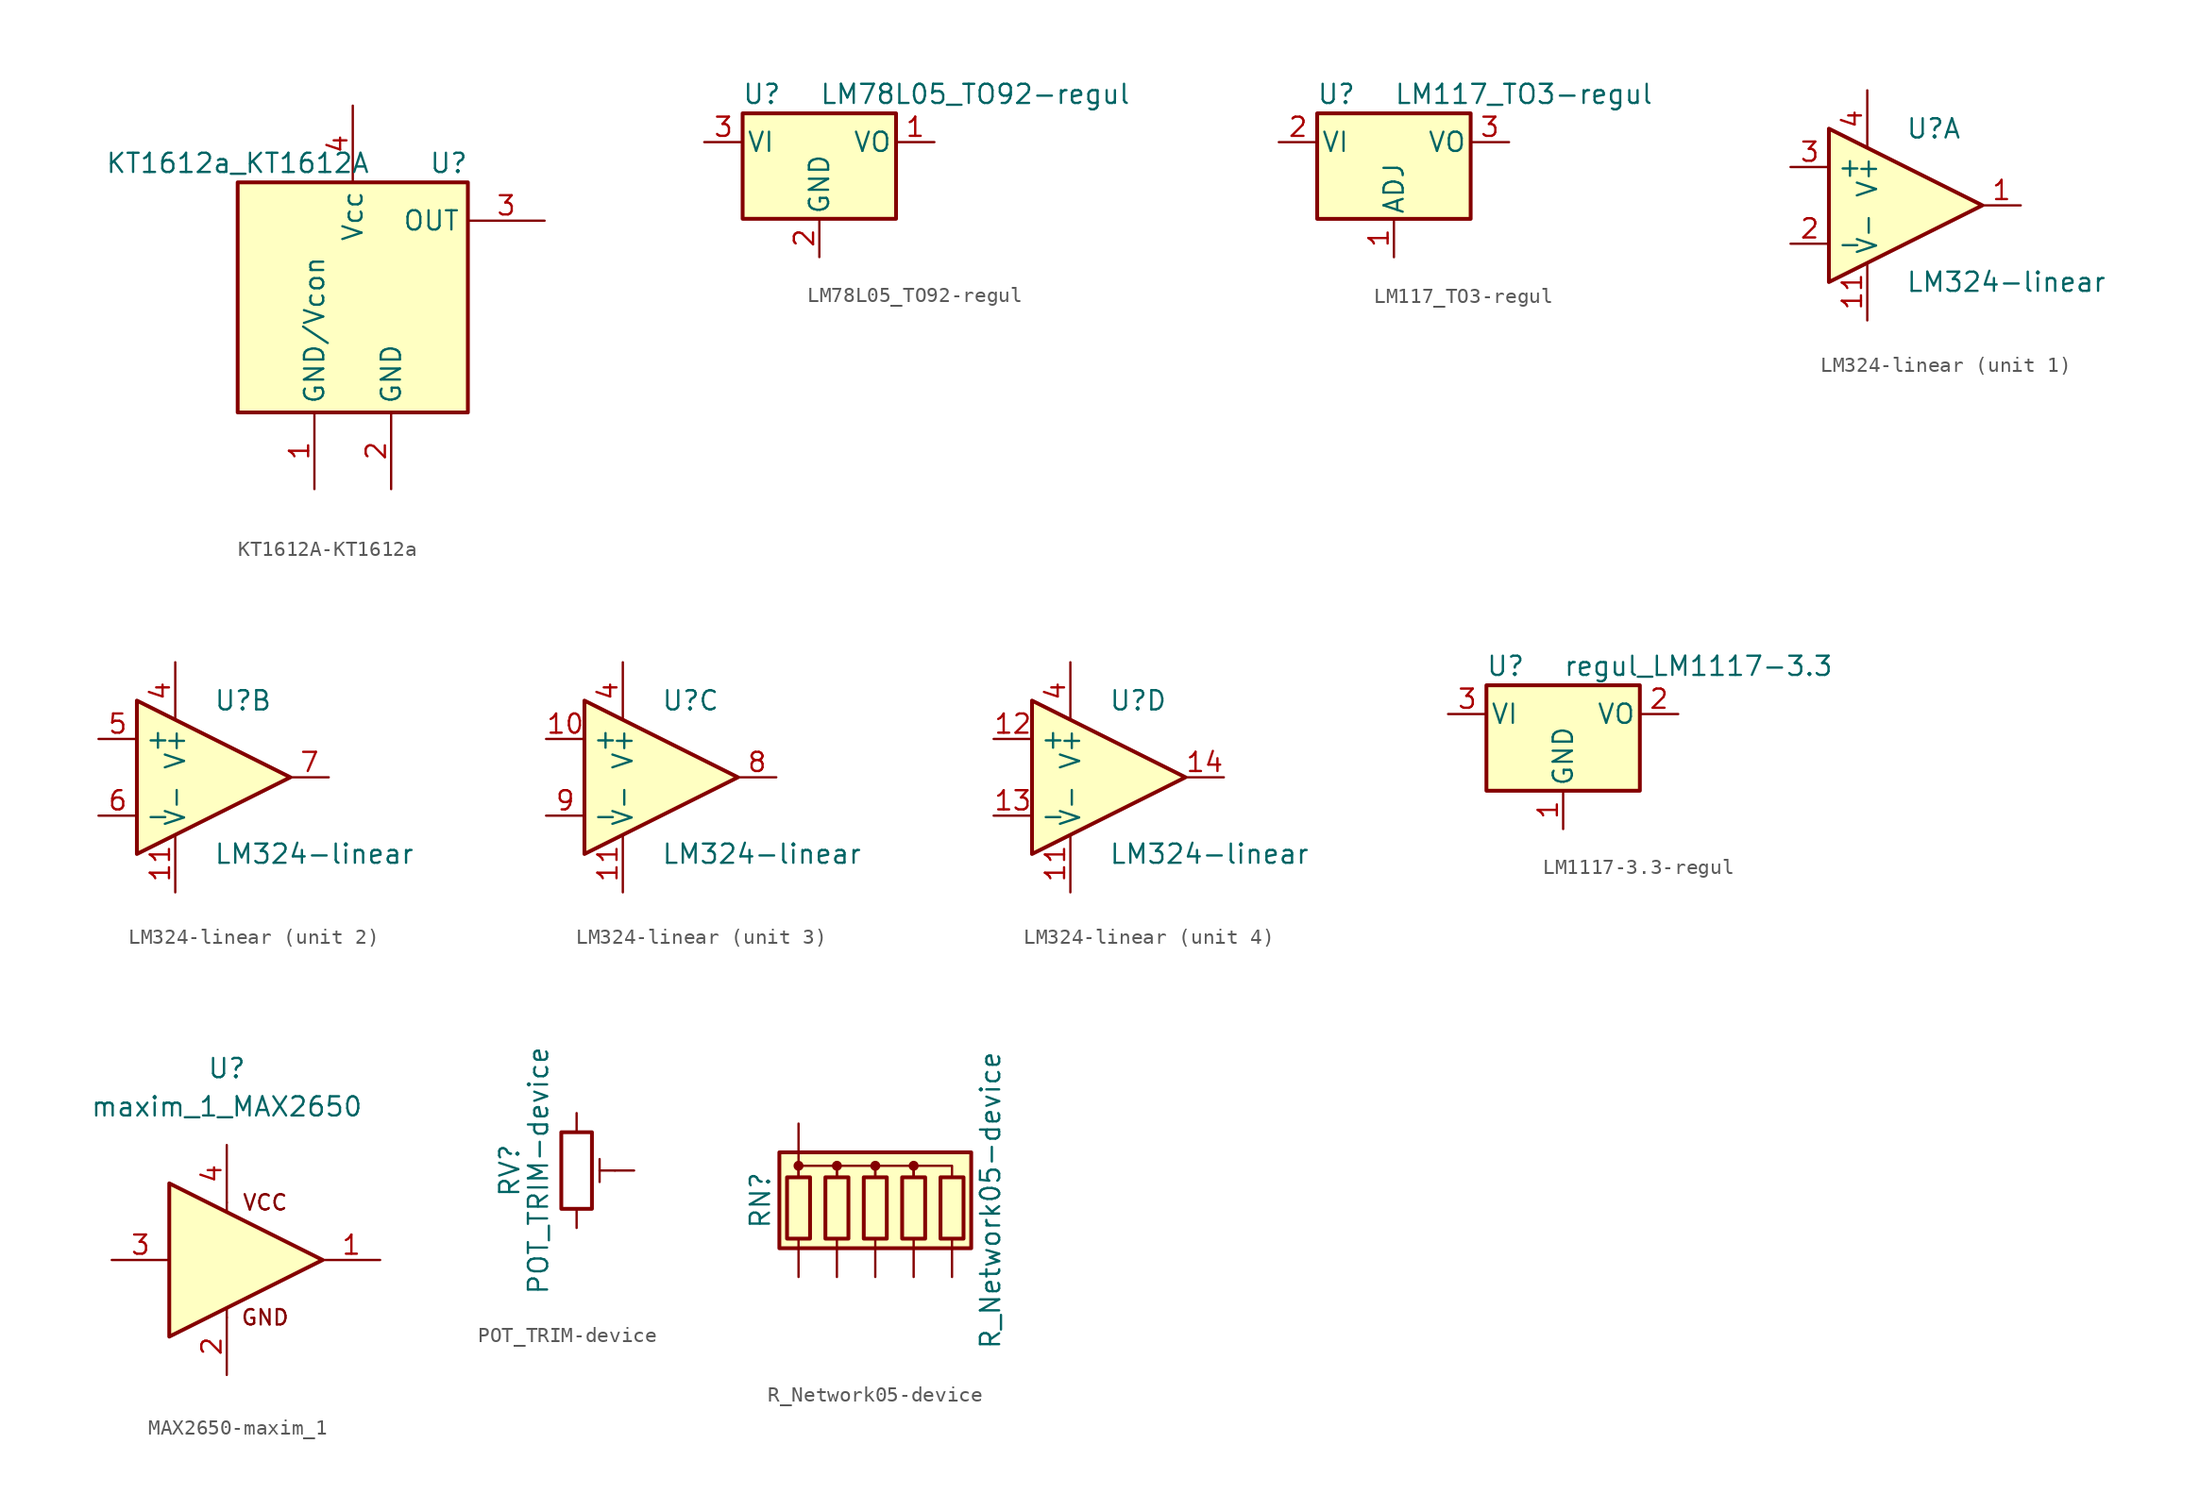
<source format=kicad_sym>
(kicad_symbol_lib
  (version 20220914)
  (generator kicad_symbol_editor)
  (symbol "KT1612A-KT1612a"
    (property "Reference" "U"
      (at 6.35 8.89 0)
      (effects (font (size 1.27 1.27))))
    (property "Value" "KT1612a_KT1612A"
      (at -7.62 8.89 0)
      (effects (font (size 1.27 1.27))))
    (symbol "KT1612A-KT1612a_0_1"
      (rectangle (start -7.62 7.62) (end 7.62 -7.62) (stroke (width 0.254) (type solid)) (fill (type background))))
    (symbol "KT1612A-KT1612a_1_1"
      (pin power_in line (at -2.54 -12.7 90) (length 5.08) (name "GND/Vcon" (effects (font (size 1.27 1.27)))) (number "1" (effects (font (size 1.27 1.27)))))
      (pin power_in line (at 2.54 -12.7 90) (length 5.08) (name "GND" (effects (font (size 1.27 1.27)))) (number "2" (effects (font (size 1.27 1.27)))))
      (pin output line (at 12.7 5.08 180) (length 5.08) (name "OUT" (effects (font (size 1.27 1.27)))) (number "3" (effects (font (size 1.27 1.27)))))
      (pin power_in line (at 0 12.7 270) (length 5.08) (name "Vcc" (effects (font (size 1.27 1.27)))) (number "4" (effects (font (size 1.27 1.27)))))))
  (symbol "LM78L05_TO92-regul"
    (pin_names
      (offset 0.254))
    (property "Reference" "U"
      (at -3.81 3.175 0)
      (effects (font (size 1.27 1.27))))
    (property "Value" "LM78L05_TO92-regul"
      (at 0 3.175 0)
      (effects (font (size 1.27 1.27)) (justify left)))
    (symbol "LM78L05_TO92-regul_0_1"
      (rectangle (start -5.08 -5.08) (end 5.08 1.905) (stroke (width 0.254) (type solid)) (fill (type background))))
    (symbol "LM78L05_TO92-regul_1_1"
      (pin power_out line (at 7.62 0 180) (length 2.54) (name "VO" (effects (font (size 1.27 1.27)))) (number "1" (effects (font (size 1.27 1.27)))))
      (pin power_in line (at 0 -7.62 90) (length 2.54) (name "GND" (effects (font (size 1.27 1.27)))) (number "2" (effects (font (size 1.27 1.27)))))
      (pin power_in line (at -7.62 0 0) (length 2.54) (name "VI" (effects (font (size 1.27 1.27)))) (number "3" (effects (font (size 1.27 1.27)))))))
  (symbol "LM117_TO3-regul"
    (pin_names
      (offset 0.254))
    (property "Reference" "U"
      (at -3.81 3.175 0)
      (effects (font (size 1.27 1.27))))
    (property "Value" "LM117_TO3-regul"
      (at 0 3.175 0)
      (effects (font (size 1.27 1.27)) (justify left)))
    (symbol "LM117_TO3-regul_0_1"
      (rectangle (start -5.08 1.905) (end 5.08 -5.08) (stroke (width 0.254) (type solid)) (fill (type background))))
    (symbol "LM117_TO3-regul_1_1"
      (pin input line (at 0 -7.62 90) (length 2.54) (name "ADJ" (effects (font (size 1.27 1.27)))) (number "1" (effects (font (size 1.27 1.27)))))
      (pin power_in line (at -7.62 0 0) (length 2.54) (name "VI" (effects (font (size 1.27 1.27)))) (number "2" (effects (font (size 1.27 1.27)))))
      (pin power_out line (at 7.62 0 180) (length 2.54) (name "VO" (effects (font (size 1.27 1.27)))) (number "3" (effects (font (size 1.27 1.27)))))))
  (symbol "LM324-linear"
    (property "Reference" "U"
      (at 0 5.08 0)
      (effects (font (size 1.27 1.27)) (justify left)))
    (property "Value" "LM324-linear"
      (at 0 -5.08 0)
      (effects (font (size 1.27 1.27)) (justify left)))
    (symbol "LM324-linear_0_1"
      (polyline (pts (xy -5.08 5.08) (xy 5.08 0) (xy -5.08 -5.08) (xy -5.08 5.08)) (stroke (width 0.254) (type solid)) (fill (type background)))
      (pin power_in line (at -2.54 -7.62 90) (length 3.81) (name "V-" (effects (font (size 1.27 1.27)))) (number "11" (effects (font (size 1.27 1.27)))))
      (pin power_in line (at -2.54 7.62 270) (length 3.81) (name "V+" (effects (font (size 1.27 1.27)))) (number "4" (effects (font (size 1.27 1.27))))))
    (symbol "LM324-linear_1_1"
      (pin output line (at 7.62 0 180) (length 2.54) (name "~" (effects (font (size 1.27 1.27)))) (number "1" (effects (font (size 1.27 1.27)))))
      (pin input line (at -7.62 -2.54 0) (length 2.54) (name "-" (effects (font (size 1.27 1.27)))) (number "2" (effects (font (size 1.27 1.27)))))
      (pin input line (at -7.62 2.54 0) (length 2.54) (name "+" (effects (font (size 1.27 1.27)))) (number "3" (effects (font (size 1.27 1.27))))))
    (symbol "LM324-linear_2_1"
      (pin input line (at -7.62 2.54 0) (length 2.54) (name "+" (effects (font (size 1.27 1.27)))) (number "5" (effects (font (size 1.27 1.27)))))
      (pin input line (at -7.62 -2.54 0) (length 2.54) (name "-" (effects (font (size 1.27 1.27)))) (number "6" (effects (font (size 1.27 1.27)))))
      (pin output line (at 7.62 0 180) (length 2.54) (name "~" (effects (font (size 1.27 1.27)))) (number "7" (effects (font (size 1.27 1.27))))))
    (symbol "LM324-linear_3_1"
      (pin input line (at -7.62 2.54 0) (length 2.54) (name "+" (effects (font (size 1.27 1.27)))) (number "10" (effects (font (size 1.27 1.27)))))
      (pin output line (at 7.62 0 180) (length 2.54) (name "~" (effects (font (size 1.27 1.27)))) (number "8" (effects (font (size 1.27 1.27)))))
      (pin input line (at -7.62 -2.54 0) (length 2.54) (name "-" (effects (font (size 1.27 1.27)))) (number "9" (effects (font (size 1.27 1.27))))))
    (symbol "LM324-linear_4_1"
      (pin input line (at -7.62 2.54 0) (length 2.54) (name "+" (effects (font (size 1.27 1.27)))) (number "12" (effects (font (size 1.27 1.27)))))
      (pin input line (at -7.62 -2.54 0) (length 2.54) (name "-" (effects (font (size 1.27 1.27)))) (number "13" (effects (font (size 1.27 1.27)))))
      (pin output line (at 7.62 0 180) (length 2.54) (name "~" (effects (font (size 1.27 1.27)))) (number "14" (effects (font (size 1.27 1.27)))))))
  (symbol "LM1117-3.3-regul"
    (pin_names
      (offset 0.254))
    (property "Reference" "U"
      (at -3.81 3.175 0)
      (effects (font (size 1.27 1.27))))
    (property "Value" "regul_LM1117-3.3"
      (at 0 3.175 0)
      (effects (font (size 1.27 1.27)) (justify left)))
    (symbol "LM1117-3.3-regul_0_1"
      (rectangle (start -5.08 -5.08) (end 5.08 1.905) (stroke (width 0.254) (type solid)) (fill (type background))))
    (symbol "LM1117-3.3-regul_1_1"
      (pin power_in line (at 0 -7.62 90) (length 2.54) (name "GND" (effects (font (size 1.27 1.27)))) (number "1" (effects (font (size 1.27 1.27)))))
      (pin power_out line (at 7.62 0 180) (length 2.54) (name "VO" (effects (font (size 1.27 1.27)))) (number "2" (effects (font (size 1.27 1.27)))))
      (pin power_in line (at -7.62 0 0) (length 2.54) (name "VI" (effects (font (size 1.27 1.27)))) (number "3" (effects (font (size 1.27 1.27)))))))
  (symbol "MAX2650-maxim_1"
    (pin_names
      (offset 1.016))
    (property "Reference" "U"
      (at 0 12.7 0)
      (effects (font (size 1.27 1.27))))
    (property "Value" "maxim_1_MAX2650"
      (at 0 10.16 0)
      (effects (font (size 1.27 1.27))))
    (symbol "MAX2650-maxim_1_0_0"
      (text "GND" (at 2.54 -3.81 0) (effects (font (size 1.016 1.016))))
      (text "VCC" (at 2.54 3.81 0) (effects (font (size 1.016 1.016)))))
    (symbol "MAX2650-maxim_1_0_1"
      (polyline (pts (xy 0 -3.81) (xy 0 -3.175)) (stroke (width 0) (type solid)) (fill (type none)))
      (polyline (pts (xy 0 3.81) (xy 0 3.175)) (stroke (width 0) (type solid)) (fill (type none))))
    (symbol "MAX2650-maxim_1_1_1"
      (polyline (pts (xy -3.81 5.08) (xy -3.81 -5.08) (xy 6.35 0) (xy -3.81 5.08)) (stroke (width 0.254) (type solid)) (fill (type background)))
      (pin input line (at 10.16 0 180) (length 3.81) (name "OUT" (effects (font (size 0 0)))) (number "1" (effects (font (size 1.27 1.27)))))
      (pin power_in line (at 0 -7.62 90) (length 3.81) (name "GND" (effects (font (size 0 0)))) (number "2" (effects (font (size 1.27 1.27)))))
      (pin input line (at -7.62 0 0) (length 3.81) (name "IN" (effects (font (size 0 0)))) (number "3" (effects (font (size 1.27 1.27)))))
      (pin power_in line (at 0 7.62 270) (length 3.81) (name "VCC" (effects (font (size 0 0)))) (number "4" (effects (font (size 1.27 1.27)))))))
  (symbol "POT_TRIM-device"
    (pin_numbers hide)
    (pin_names
      (offset 1.016) hide)
    (property "Reference" "RV"
      (at -4.445 0 90)
      (effects (font (size 1.27 1.27))))
    (property "Value" "POT_TRIM-device"
      (at -2.54 0 90)
      (effects (font (size 1.27 1.27))))
    (symbol "POT_TRIM-device_0_1"
      (polyline (pts (xy 1.524 0.762) (xy 1.524 -0.762)) (stroke (width 0) (type solid)) (fill (type none)))
      (polyline (pts (xy 2.54 0) (xy 1.524 0)) (stroke (width 0) (type solid)) (fill (type none)))
      (rectangle (start 1.016 2.54) (end -1.016 -2.54) (stroke (width 0.254) (type solid)) (fill (type none))))
    (symbol "POT_TRIM-device_1_1"
      (pin passive line (at 0 3.81 270) (length 1.27) (name "1" (effects (font (size 1.27 1.27)))) (number "1" (effects (font (size 1.27 1.27)))))
      (pin passive line (at 3.81 0 180) (length 1.27) (name "2" (effects (font (size 1.27 1.27)))) (number "2" (effects (font (size 1.27 1.27)))))
      (pin passive line (at 0 -3.81 90) (length 1.27) (name "3" (effects (font (size 1.27 1.27)))) (number "3" (effects (font (size 1.27 1.27)))))))
  (symbol "R_Network05-device"
    (pin_numbers hide)
    (pin_names
      (offset 0) hide)
    (property "Reference" "RN"
      (at -7.62 0 90)
      (effects (font (size 1.27 1.27))))
    (property "Value" "R_Network05-device"
      (at 7.62 0 90)
      (effects (font (size 1.27 1.27))))
    (symbol "R_Network05-device_0_1"
      (rectangle (start -6.35 -3.175) (end 6.35 3.175) (stroke (width 0.254) (type solid)) (fill (type background)))
      (rectangle (start -5.842 1.524) (end -4.318 -2.54) (stroke (width 0.254) (type solid)) (fill (type none)))
      (circle (center -5.08 2.286) (radius 0.254) (stroke (width 0) (type solid)) (fill (type outline)))
      (rectangle (start -3.302 1.524) (end -1.778 -2.54) (stroke (width 0.254) (type solid)) (fill (type none)))
      (circle (center -2.54 2.286) (radius 0.254) (stroke (width 0) (type solid)) (fill (type outline)))
      (rectangle (start -0.762 1.524) (end 0.762 -2.54) (stroke (width 0.254) (type solid)) (fill (type none)))
      (polyline (pts (xy -5.08 2.54) (xy -5.08 1.524)) (stroke (width 0) (type solid)) (fill (type none)))
      (polyline (pts (xy -5.08 1.524) (xy -5.08 2.286) (xy -2.54 2.286) (xy -2.54 1.524)) (stroke (width 0) (type solid)) (fill (type none)))
      (polyline (pts (xy -2.54 1.524) (xy -2.54 2.286) (xy 0 2.286) (xy 0 1.524)) (stroke (width 0) (type solid)) (fill (type none)))
      (polyline (pts (xy 0 1.524) (xy 0 2.286) (xy 2.54 2.286) (xy 2.54 1.524)) (stroke (width 0) (type solid)) (fill (type none)))
      (polyline (pts (xy 2.54 1.524) (xy 2.54 2.286) (xy 5.08 2.286) (xy 5.08 1.524)) (stroke (width 0) (type solid)) (fill (type none)))
      (circle (center 0 2.286) (radius 0.254) (stroke (width 0) (type solid)) (fill (type outline)))
      (rectangle (start 1.778 1.524) (end 3.302 -2.54) (stroke (width 0.254) (type solid)) (fill (type none)))
      (circle (center 2.54 2.286) (radius 0.254) (stroke (width 0) (type solid)) (fill (type outline)))
      (rectangle (start 4.318 1.524) (end 5.842 -2.54) (stroke (width 0.254) (type solid)) (fill (type none))))
    (symbol "R_Network05-device_1_1"
      (pin passive line (at -5.08 5.08 270) (length 2.54) (name "common" (effects (font (size 1.27 1.27)))) (number "1" (effects (font (size 1.27 1.27)))))
      (pin passive line (at -5.08 -5.08 90) (length 2.54) (name "R1" (effects (font (size 1.27 1.27)))) (number "2" (effects (font (size 1.27 1.27)))))
      (pin passive line (at -2.54 -5.08 90) (length 2.54) (name "R2" (effects (font (size 1.27 1.27)))) (number "3" (effects (font (size 1.27 1.27)))))
      (pin passive line (at 0 -5.08 90) (length 2.54) (name "R3" (effects (font (size 1.27 1.27)))) (number "4" (effects (font (size 1.27 1.27)))))
      (pin passive line (at 2.54 -5.08 90) (length 2.54) (name "R4" (effects (font (size 1.27 1.27)))) (number "5" (effects (font (size 1.27 1.27)))))
      (pin passive line (at 5.08 -5.08 90) (length 2.54) (name "R5" (effects (font (size 1.27 1.27)))) (number "6" (effects (font (size 1.27 1.27))))))))
</source>
